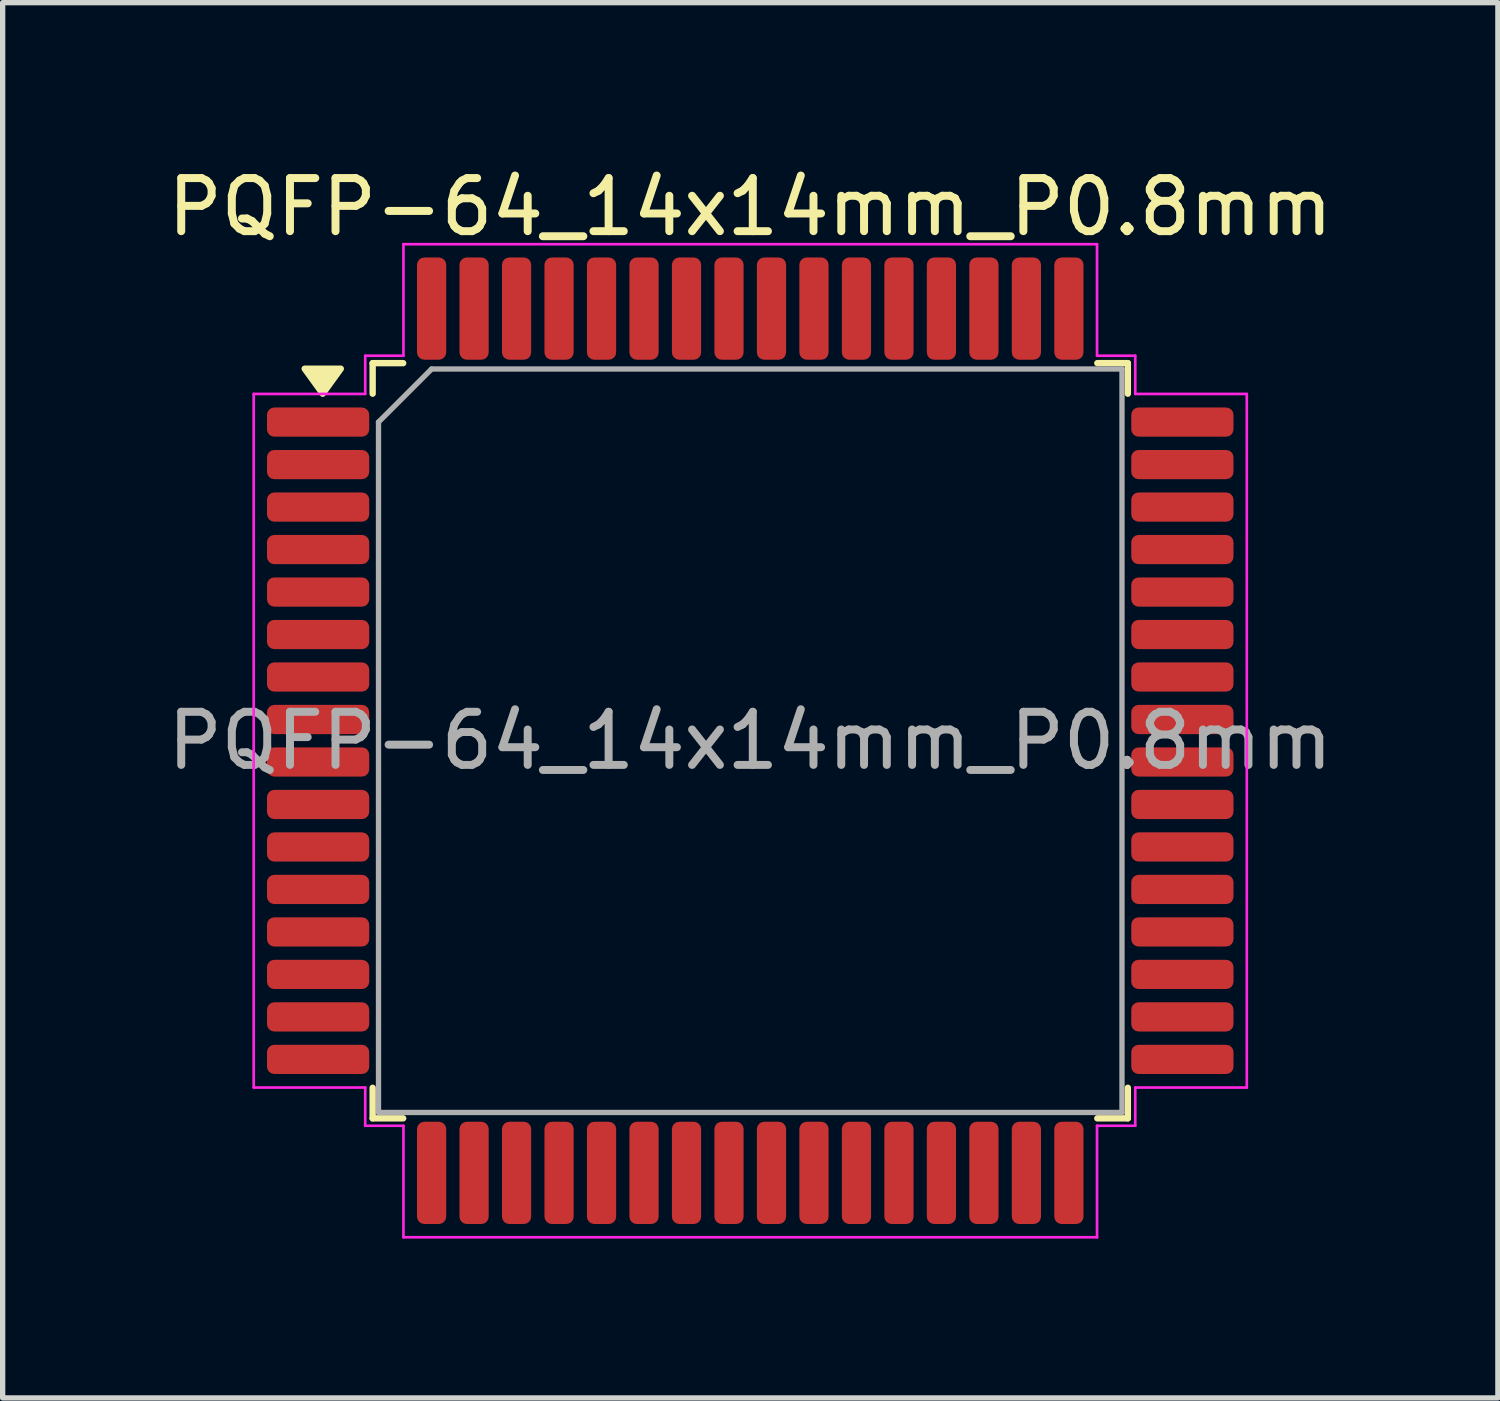
<source format=kicad_pcb>
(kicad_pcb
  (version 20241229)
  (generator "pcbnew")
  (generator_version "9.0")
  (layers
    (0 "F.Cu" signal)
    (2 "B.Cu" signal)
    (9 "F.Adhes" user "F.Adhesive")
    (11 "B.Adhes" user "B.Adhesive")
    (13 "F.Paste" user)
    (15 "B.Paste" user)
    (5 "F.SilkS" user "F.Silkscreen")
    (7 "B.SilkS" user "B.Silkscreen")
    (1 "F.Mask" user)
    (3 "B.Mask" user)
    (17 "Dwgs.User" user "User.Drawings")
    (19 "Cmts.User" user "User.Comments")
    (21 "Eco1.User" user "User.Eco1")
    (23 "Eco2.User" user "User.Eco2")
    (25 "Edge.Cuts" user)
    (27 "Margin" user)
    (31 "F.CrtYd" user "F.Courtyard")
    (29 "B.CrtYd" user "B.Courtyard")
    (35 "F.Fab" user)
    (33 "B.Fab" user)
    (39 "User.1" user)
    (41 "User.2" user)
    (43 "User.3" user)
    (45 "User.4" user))
  (footprint "PQFP-64_14x14mm_P0.8mm"
    (layer "F.Cu")
    (at 11.077 10.898)
    (property "Reference" "PQFP-64_14x14mm_P0.8mm" (at 0 -10.05 0) (layer "F.SilkS") (effects (font (size 1 1) (thickness 0.15))))
    (attr smd)
    (fp_line (start -7.11 -7.11) (end -7.11 -6.535) (stroke (width 0.12) (type solid)) (layer "F.SilkS"))
    (fp_line (start -7.11 7.11) (end -7.11 6.535) (stroke (width 0.12) (type solid)) (layer "F.SilkS"))
    (fp_line (start -6.535 -7.11) (end -7.11 -7.11) (stroke (width 0.12) (type solid)) (layer "F.SilkS"))
    (fp_line (start -6.535 7.11) (end -7.11 7.11) (stroke (width 0.12) (type solid)) (layer "F.SilkS"))
    (fp_line (start 6.535 -7.11) (end 7.11 -7.11) (stroke (width 0.12) (type solid)) (layer "F.SilkS"))
    (fp_line (start 6.535 7.11) (end 7.11 7.11) (stroke (width 0.12) (type solid)) (layer "F.SilkS"))
    (fp_line (start 7.11 -7.11) (end 7.11 -6.535) (stroke (width 0.12) (type solid)) (layer "F.SilkS"))
    (fp_line (start 7.11 7.11) (end 7.11 6.535) (stroke (width 0.12) (type solid)) (layer "F.SilkS"))
    (fp_poly (pts (xy -8.05 -6.535) (xy -8.39 -7.005) (xy -7.71 -7.005)) (stroke (width 0.12) (type solid)) (fill yes) (layer "F.SilkS"))
    (fp_line (start -9.35 -6.53) (end -7.25 -6.53) (stroke (width 0.05) (type solid)) (layer "F.CrtYd"))
    (fp_line (start -9.35 6.53) (end -9.35 -6.53) (stroke (width 0.05) (type solid)) (layer "F.CrtYd"))
    (fp_line (start -7.25 -7.25) (end -6.53 -7.25) (stroke (width 0.05) (type solid)) (layer "F.CrtYd"))
    (fp_line (start -7.25 -6.53) (end -7.25 -7.25) (stroke (width 0.05) (type solid)) (layer "F.CrtYd"))
    (fp_line (start -7.25 6.53) (end -9.35 6.53) (stroke (width 0.05) (type solid)) (layer "F.CrtYd"))
    (fp_line (start -7.25 7.25) (end -7.25 6.53) (stroke (width 0.05) (type solid)) (layer "F.CrtYd"))
    (fp_line (start -6.53 -9.35) (end 6.53 -9.35) (stroke (width 0.05) (type solid)) (layer "F.CrtYd"))
    (fp_line (start -6.53 -7.25) (end -6.53 -9.35) (stroke (width 0.05) (type solid)) (layer "F.CrtYd"))
    (fp_line (start -6.53 7.25) (end -7.25 7.25) (stroke (width 0.05) (type solid)) (layer "F.CrtYd"))
    (fp_line (start -6.53 9.35) (end -6.53 7.25) (stroke (width 0.05) (type solid)) (layer "F.CrtYd"))
    (fp_line (start 6.53 -9.35) (end 6.53 -7.25) (stroke (width 0.05) (type solid)) (layer "F.CrtYd"))
    (fp_line (start 6.53 -7.25) (end 7.25 -7.25) (stroke (width 0.05) (type solid)) (layer "F.CrtYd"))
    (fp_line (start 6.53 7.25) (end 6.53 9.35) (stroke (width 0.05) (type solid)) (layer "F.CrtYd"))
    (fp_line (start 6.53 9.35) (end -6.53 9.35) (stroke (width 0.05) (type solid)) (layer "F.CrtYd"))
    (fp_line (start 7.25 -7.25) (end 7.25 -6.53) (stroke (width 0.05) (type solid)) (layer "F.CrtYd"))
    (fp_line (start 7.25 -6.53) (end 9.35 -6.53) (stroke (width 0.05) (type solid)) (layer "F.CrtYd"))
    (fp_line (start 7.25 6.53) (end 7.25 7.25) (stroke (width 0.05) (type solid)) (layer "F.CrtYd"))
    (fp_line (start 7.25 7.25) (end 6.53 7.25) (stroke (width 0.05) (type solid)) (layer "F.CrtYd"))
    (fp_line (start 9.35 -6.53) (end 9.35 6.53) (stroke (width 0.05) (type solid)) (layer "F.CrtYd"))
    (fp_line (start 9.35 6.53) (end 7.25 6.53) (stroke (width 0.05) (type solid)) (layer "F.CrtYd"))
    (fp_line (start -7 -6) (end -6 -7) (stroke (width 0.1) (type solid)) (layer "F.Fab"))
    (fp_line (start -7 7) (end -7 -6) (stroke (width 0.1) (type solid)) (layer "F.Fab"))
    (fp_line (start -6 -7) (end 7 -7) (stroke (width 0.1) (type solid)) (layer "F.Fab"))
    (fp_line (start 7 -7) (end 7 7) (stroke (width 0.1) (type solid)) (layer "F.Fab"))
    (fp_line (start 7 7) (end -7 7) (stroke (width 0.1) (type solid)) (layer "F.Fab"))
    (fp_text user "${REFERENCE}" (at 0 0 0) (layer "F.Fab") (effects (font (size 1 1) (thickness 0.15))))
    (pad "1" smd roundrect (at -8.137 -6) (size 1.925 0.55) (layers "F.Cu" "F.Mask" "F.Paste") (roundrect_rratio 0.25))
    (pad "2" smd roundrect (at -8.137 -5.2) (size 1.925 0.55) (layers "F.Cu" "F.Mask" "F.Paste") (roundrect_rratio 0.25))
    (pad "3" smd roundrect (at -8.137 -4.4) (size 1.925 0.55) (layers "F.Cu" "F.Mask" "F.Paste") (roundrect_rratio 0.25))
    (pad "4" smd roundrect (at -8.137 -3.6) (size 1.925 0.55) (layers "F.Cu" "F.Mask" "F.Paste") (roundrect_rratio 0.25))
    (pad "5" smd roundrect (at -8.137 -2.8) (size 1.925 0.55) (layers "F.Cu" "F.Mask" "F.Paste") (roundrect_rratio 0.25))
    (pad "6" smd roundrect (at -8.137 -2) (size 1.925 0.55) (layers "F.Cu" "F.Mask" "F.Paste") (roundrect_rratio 0.25))
    (pad "7" smd roundrect (at -8.137 -1.2) (size 1.925 0.55) (layers "F.Cu" "F.Mask" "F.Paste") (roundrect_rratio 0.25))
    (pad "8" smd roundrect (at -8.137 -0.4) (size 1.925 0.55) (layers "F.Cu" "F.Mask" "F.Paste") (roundrect_rratio 0.25))
    (pad "9" smd roundrect (at -8.137 0.4) (size 1.925 0.55) (layers "F.Cu" "F.Mask" "F.Paste") (roundrect_rratio 0.25))
    (pad "10" smd roundrect (at -8.137 1.2) (size 1.925 0.55) (layers "F.Cu" "F.Mask" "F.Paste") (roundrect_rratio 0.25))
    (pad "11" smd roundrect (at -8.137 2) (size 1.925 0.55) (layers "F.Cu" "F.Mask" "F.Paste") (roundrect_rratio 0.25))
    (pad "12" smd roundrect (at -8.137 2.8) (size 1.925 0.55) (layers "F.Cu" "F.Mask" "F.Paste") (roundrect_rratio 0.25))
    (pad "13" smd roundrect (at -8.137 3.6) (size 1.925 0.55) (layers "F.Cu" "F.Mask" "F.Paste") (roundrect_rratio 0.25))
    (pad "14" smd roundrect (at -8.137 4.4) (size 1.925 0.55) (layers "F.Cu" "F.Mask" "F.Paste") (roundrect_rratio 0.25))
    (pad "15" smd roundrect (at -8.137 5.2) (size 1.925 0.55) (layers "F.Cu" "F.Mask" "F.Paste") (roundrect_rratio 0.25))
    (pad "16" smd roundrect (at -8.137 6) (size 1.925 0.55) (layers "F.Cu" "F.Mask" "F.Paste") (roundrect_rratio 0.25))
    (pad "17" smd roundrect (at -6 8.137) (size 0.55 1.925) (layers "F.Cu" "F.Mask" "F.Paste") (roundrect_rratio 0.25))
    (pad "18" smd roundrect (at -5.2 8.137) (size 0.55 1.925) (layers "F.Cu" "F.Mask" "F.Paste") (roundrect_rratio 0.25))
    (pad "19" smd roundrect (at -4.4 8.137) (size 0.55 1.925) (layers "F.Cu" "F.Mask" "F.Paste") (roundrect_rratio 0.25))
    (pad "20" smd roundrect (at -3.6 8.137) (size 0.55 1.925) (layers "F.Cu" "F.Mask" "F.Paste") (roundrect_rratio 0.25))
    (pad "21" smd roundrect (at -2.8 8.137) (size 0.55 1.925) (layers "F.Cu" "F.Mask" "F.Paste") (roundrect_rratio 0.25))
    (pad "22" smd roundrect (at -2 8.137) (size 0.55 1.925) (layers "F.Cu" "F.Mask" "F.Paste") (roundrect_rratio 0.25))
    (pad "23" smd roundrect (at -1.2 8.137) (size 0.55 1.925) (layers "F.Cu" "F.Mask" "F.Paste") (roundrect_rratio 0.25))
    (pad "24" smd roundrect (at -0.4 8.137) (size 0.55 1.925) (layers "F.Cu" "F.Mask" "F.Paste") (roundrect_rratio 0.25))
    (pad "25" smd roundrect (at 0.4 8.137) (size 0.55 1.925) (layers "F.Cu" "F.Mask" "F.Paste") (roundrect_rratio 0.25))
    (pad "26" smd roundrect (at 1.2 8.137) (size 0.55 1.925) (layers "F.Cu" "F.Mask" "F.Paste") (roundrect_rratio 0.25))
    (pad "27" smd roundrect (at 2 8.137) (size 0.55 1.925) (layers "F.Cu" "F.Mask" "F.Paste") (roundrect_rratio 0.25))
    (pad "28" smd roundrect (at 2.8 8.137) (size 0.55 1.925) (layers "F.Cu" "F.Mask" "F.Paste") (roundrect_rratio 0.25))
    (pad "29" smd roundrect (at 3.6 8.137) (size 0.55 1.925) (layers "F.Cu" "F.Mask" "F.Paste") (roundrect_rratio 0.25))
    (pad "30" smd roundrect (at 4.4 8.137) (size 0.55 1.925) (layers "F.Cu" "F.Mask" "F.Paste") (roundrect_rratio 0.25))
    (pad "31" smd roundrect (at 5.2 8.137) (size 0.55 1.925) (layers "F.Cu" "F.Mask" "F.Paste") (roundrect_rratio 0.25))
    (pad "32" smd roundrect (at 6 8.137) (size 0.55 1.925) (layers "F.Cu" "F.Mask" "F.Paste") (roundrect_rratio 0.25))
    (pad "33" smd roundrect (at 8.137 6) (size 1.925 0.55) (layers "F.Cu" "F.Mask" "F.Paste") (roundrect_rratio 0.25))
    (pad "34" smd roundrect (at 8.137 5.2) (size 1.925 0.55) (layers "F.Cu" "F.Mask" "F.Paste") (roundrect_rratio 0.25))
    (pad "35" smd roundrect (at 8.137 4.4) (size 1.925 0.55) (layers "F.Cu" "F.Mask" "F.Paste") (roundrect_rratio 0.25))
    (pad "36" smd roundrect (at 8.137 3.6) (size 1.925 0.55) (layers "F.Cu" "F.Mask" "F.Paste") (roundrect_rratio 0.25))
    (pad "37" smd roundrect (at 8.137 2.8) (size 1.925 0.55) (layers "F.Cu" "F.Mask" "F.Paste") (roundrect_rratio 0.25))
    (pad "38" smd roundrect (at 8.137 2) (size 1.925 0.55) (layers "F.Cu" "F.Mask" "F.Paste") (roundrect_rratio 0.25))
    (pad "39" smd roundrect (at 8.137 1.2) (size 1.925 0.55) (layers "F.Cu" "F.Mask" "F.Paste") (roundrect_rratio 0.25))
    (pad "40" smd roundrect (at 8.137 0.4) (size 1.925 0.55) (layers "F.Cu" "F.Mask" "F.Paste") (roundrect_rratio 0.25))
    (pad "41" smd roundrect (at 8.137 -0.4) (size 1.925 0.55) (layers "F.Cu" "F.Mask" "F.Paste") (roundrect_rratio 0.25))
    (pad "42" smd roundrect (at 8.137 -1.2) (size 1.925 0.55) (layers "F.Cu" "F.Mask" "F.Paste") (roundrect_rratio 0.25))
    (pad "43" smd roundrect (at 8.137 -2) (size 1.925 0.55) (layers "F.Cu" "F.Mask" "F.Paste") (roundrect_rratio 0.25))
    (pad "44" smd roundrect (at 8.137 -2.8) (size 1.925 0.55) (layers "F.Cu" "F.Mask" "F.Paste") (roundrect_rratio 0.25))
    (pad "45" smd roundrect (at 8.137 -3.6) (size 1.925 0.55) (layers "F.Cu" "F.Mask" "F.Paste") (roundrect_rratio 0.25))
    (pad "46" smd roundrect (at 8.137 -4.4) (size 1.925 0.55) (layers "F.Cu" "F.Mask" "F.Paste") (roundrect_rratio 0.25))
    (pad "47" smd roundrect (at 8.137 -5.2) (size 1.925 0.55) (layers "F.Cu" "F.Mask" "F.Paste") (roundrect_rratio 0.25))
    (pad "48" smd roundrect (at 8.137 -6) (size 1.925 0.55) (layers "F.Cu" "F.Mask" "F.Paste") (roundrect_rratio 0.25))
    (pad "49" smd roundrect (at 6 -8.137) (size 0.55 1.925) (layers "F.Cu" "F.Mask" "F.Paste") (roundrect_rratio 0.25))
    (pad "50" smd roundrect (at 5.2 -8.137) (size 0.55 1.925) (layers "F.Cu" "F.Mask" "F.Paste") (roundrect_rratio 0.25))
    (pad "51" smd roundrect (at 4.4 -8.137) (size 0.55 1.925) (layers "F.Cu" "F.Mask" "F.Paste") (roundrect_rratio 0.25))
    (pad "52" smd roundrect (at 3.6 -8.137) (size 0.55 1.925) (layers "F.Cu" "F.Mask" "F.Paste") (roundrect_rratio 0.25))
    (pad "53" smd roundrect (at 2.8 -8.137) (size 0.55 1.925) (layers "F.Cu" "F.Mask" "F.Paste") (roundrect_rratio 0.25))
    (pad "54" smd roundrect (at 2 -8.137) (size 0.55 1.925) (layers "F.Cu" "F.Mask" "F.Paste") (roundrect_rratio 0.25))
    (pad "55" smd roundrect (at 1.2 -8.137) (size 0.55 1.925) (layers "F.Cu" "F.Mask" "F.Paste") (roundrect_rratio 0.25))
    (pad "56" smd roundrect (at 0.4 -8.137) (size 0.55 1.925) (layers "F.Cu" "F.Mask" "F.Paste") (roundrect_rratio 0.25))
    (pad "57" smd roundrect (at -0.4 -8.137) (size 0.55 1.925) (layers "F.Cu" "F.Mask" "F.Paste") (roundrect_rratio 0.25))
    (pad "58" smd roundrect (at -1.2 -8.137) (size 0.55 1.925) (layers "F.Cu" "F.Mask" "F.Paste") (roundrect_rratio 0.25))
    (pad "59" smd roundrect (at -2 -8.137) (size 0.55 1.925) (layers "F.Cu" "F.Mask" "F.Paste") (roundrect_rratio 0.25))
    (pad "60" smd roundrect (at -2.8 -8.137) (size 0.55 1.925) (layers "F.Cu" "F.Mask" "F.Paste") (roundrect_rratio 0.25))
    (pad "61" smd roundrect (at -3.6 -8.137) (size 0.55 1.925) (layers "F.Cu" "F.Mask" "F.Paste") (roundrect_rratio 0.25))
    (pad "62" smd roundrect (at -4.4 -8.137) (size 0.55 1.925) (layers "F.Cu" "F.Mask" "F.Paste") (roundrect_rratio 0.25))
    (pad "63" smd roundrect (at -5.2 -8.137) (size 0.55 1.925) (layers "F.Cu" "F.Mask" "F.Paste") (roundrect_rratio 0.25))
    (pad "64" smd roundrect (at -6 -8.137) (size 0.55 1.925) (layers "F.Cu" "F.Mask" "F.Paste") (roundrect_rratio 0.25)))
  (gr_rect
    (start -3 -3)
    (end 25.155 23.273)
    (stroke (width 0.1) (type default))
    (fill no)
    (layer "Edge.Cuts")))
</source>
